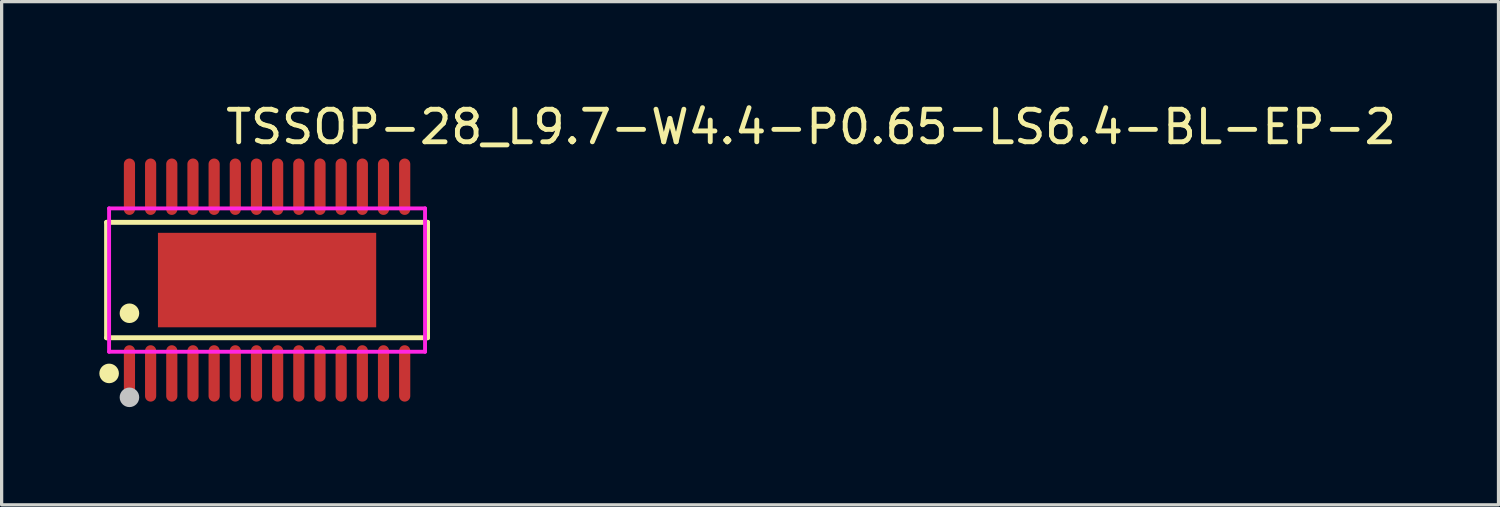
<source format=kicad_pcb>
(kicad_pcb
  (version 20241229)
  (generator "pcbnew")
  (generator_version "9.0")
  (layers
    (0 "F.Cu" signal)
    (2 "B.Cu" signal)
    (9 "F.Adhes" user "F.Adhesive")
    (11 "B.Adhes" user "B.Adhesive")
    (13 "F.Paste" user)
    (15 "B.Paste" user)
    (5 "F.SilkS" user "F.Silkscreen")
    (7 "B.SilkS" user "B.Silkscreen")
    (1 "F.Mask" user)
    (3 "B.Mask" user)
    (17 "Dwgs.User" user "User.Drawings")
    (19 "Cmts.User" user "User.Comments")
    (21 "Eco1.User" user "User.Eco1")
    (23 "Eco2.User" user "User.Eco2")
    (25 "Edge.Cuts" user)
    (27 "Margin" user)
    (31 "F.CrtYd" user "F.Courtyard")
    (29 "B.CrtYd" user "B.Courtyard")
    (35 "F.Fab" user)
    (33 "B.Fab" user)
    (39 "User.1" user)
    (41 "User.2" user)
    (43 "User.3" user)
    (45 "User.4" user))
  (footprint "TSSOP-28_L9.7-W4.4-P0.65-LS6.4-BL-EP-2"
    (layer "F.Cu")
    (at 5.149 5.548)
    (property "Reference" "TSSOP-28_L9.7-W4.4-P0.65-LS6.4-BL-EP-2" (at -1.35 -4.7 0) (layer "F.SilkS") (effects (font (size 1 1) (thickness 0.15)) (justify left)))
    (attr through_hole)
    (fp_line (start -4.926 -1.772) (end 4.926 -1.772) (stroke (width 0.152) (type solid)) (layer "F.SilkS"))
    (fp_line (start -4.926 1.771) (end -4.926 -1.772) (stroke (width 0.152) (type solid)) (layer "F.SilkS"))
    (fp_line (start 4.926 -1.772) (end 4.926 1.771) (stroke (width 0.152) (type solid)) (layer "F.SilkS"))
    (fp_line (start 4.926 1.771) (end -4.926 1.771) (stroke (width 0.152) (type solid)) (layer "F.SilkS"))
    (fp_circle (center -4.849 2.866) (end -4.699 2.866) (stroke (width 0.3) (type solid)) (fill no) (layer "F.SilkS"))
    (fp_circle (center -4.225 1.019) (end -4.075 1.019) (stroke (width 0.3) (type solid)) (fill no) (layer "F.SilkS"))
    (fp_circle (center -4.225 3.6) (end -4.075 3.6) (stroke (width 0.3) (type solid)) (fill no) (layer "Dwgs.User"))
    (fp_line (start -4.347 -2.61) (end -4.347 -2.19) (stroke (width 0.12) (type solid)) (layer "Eco2.User"))
    (fp_line (start -4.347 -2.19) (end -4.103 -2.19) (stroke (width 0.12) (type solid)) (layer "Eco2.User"))
    (fp_line (start -4.347 2.19) (end -4.103 2.19) (stroke (width 0.12) (type solid)) (layer "Eco2.User"))
    (fp_line (start -4.347 2.61) (end -4.347 2.19) (stroke (width 0.12) (type solid)) (layer "Eco2.User"))
    (fp_line (start -4.103 -2.61) (end -4.347 -2.61) (stroke (width 0.12) (type solid)) (layer "Eco2.User"))
    (fp_line (start -4.103 -2.19) (end -4.103 -2.61) (stroke (width 0.12) (type solid)) (layer "Eco2.User"))
    (fp_line (start -4.103 2.19) (end -4.103 2.61) (stroke (width 0.12) (type solid)) (layer "Eco2.User"))
    (fp_line (start -4.103 2.61) (end -4.347 2.61) (stroke (width 0.12) (type solid)) (layer "Eco2.User"))
    (fp_line (start -3.698 -2.61) (end -3.698 -2.19) (stroke (width 0.12) (type solid)) (layer "Eco2.User"))
    (fp_line (start -3.698 -2.19) (end -3.452 -2.19) (stroke (width 0.12) (type solid)) (layer "Eco2.User"))
    (fp_line (start -3.698 2.19) (end -3.452 2.19) (stroke (width 0.12) (type solid)) (layer "Eco2.User"))
    (fp_line (start -3.698 2.61) (end -3.698 2.19) (stroke (width 0.12) (type solid)) (layer "Eco2.User"))
    (fp_line (start -3.452 -2.61) (end -3.698 -2.61) (stroke (width 0.12) (type solid)) (layer "Eco2.User"))
    (fp_line (start -3.452 -2.19) (end -3.452 -2.61) (stroke (width 0.12) (type solid)) (layer "Eco2.User"))
    (fp_line (start -3.452 2.19) (end -3.452 2.61) (stroke (width 0.12) (type solid)) (layer "Eco2.User"))
    (fp_line (start -3.452 2.61) (end -3.698 2.61) (stroke (width 0.12) (type solid)) (layer "Eco2.User"))
    (fp_line (start -3.047 -2.61) (end -3.047 -2.19) (stroke (width 0.12) (type solid)) (layer "Eco2.User"))
    (fp_line (start -3.047 -2.19) (end -2.803 -2.19) (stroke (width 0.12) (type solid)) (layer "Eco2.User"))
    (fp_line (start -3.047 2.19) (end -2.803 2.19) (stroke (width 0.12) (type solid)) (layer "Eco2.User"))
    (fp_line (start -3.047 2.61) (end -3.047 2.19) (stroke (width 0.12) (type solid)) (layer "Eco2.User"))
    (fp_line (start -2.803 -2.61) (end -3.047 -2.61) (stroke (width 0.12) (type solid)) (layer "Eco2.User"))
    (fp_line (start -2.803 -2.19) (end -2.803 -2.61) (stroke (width 0.12) (type solid)) (layer "Eco2.User"))
    (fp_line (start -2.803 2.19) (end -2.803 2.61) (stroke (width 0.12) (type solid)) (layer "Eco2.User"))
    (fp_line (start -2.803 2.61) (end -3.047 2.61) (stroke (width 0.12) (type solid)) (layer "Eco2.User"))
    (fp_line (start -2.398 -2.61) (end -2.398 -2.19) (stroke (width 0.12) (type solid)) (layer "Eco2.User"))
    (fp_line (start -2.398 -2.19) (end -2.152 -2.19) (stroke (width 0.12) (type solid)) (layer "Eco2.User"))
    (fp_line (start -2.398 2.19) (end -2.152 2.19) (stroke (width 0.12) (type solid)) (layer "Eco2.User"))
    (fp_line (start -2.398 2.61) (end -2.398 2.19) (stroke (width 0.12) (type solid)) (layer "Eco2.User"))
    (fp_line (start -2.152 -2.61) (end -2.398 -2.61) (stroke (width 0.12) (type solid)) (layer "Eco2.User"))
    (fp_line (start -2.152 -2.19) (end -2.152 -2.61) (stroke (width 0.12) (type solid)) (layer "Eco2.User"))
    (fp_line (start -2.152 2.19) (end -2.152 2.61) (stroke (width 0.12) (type solid)) (layer "Eco2.User"))
    (fp_line (start -2.152 2.61) (end -2.398 2.61) (stroke (width 0.12) (type solid)) (layer "Eco2.User"))
    (fp_line (start -1.747 -2.61) (end -1.747 -2.19) (stroke (width 0.12) (type solid)) (layer "Eco2.User"))
    (fp_line (start -1.747 -2.19) (end -1.503 -2.19) (stroke (width 0.12) (type solid)) (layer "Eco2.User"))
    (fp_line (start -1.747 2.19) (end -1.503 2.19) (stroke (width 0.12) (type solid)) (layer "Eco2.User"))
    (fp_line (start -1.747 2.61) (end -1.747 2.19) (stroke (width 0.12) (type solid)) (layer "Eco2.User"))
    (fp_line (start -1.503 -2.61) (end -1.747 -2.61) (stroke (width 0.12) (type solid)) (layer "Eco2.User"))
    (fp_line (start -1.503 -2.19) (end -1.503 -2.61) (stroke (width 0.12) (type solid)) (layer "Eco2.User"))
    (fp_line (start -1.503 2.19) (end -1.503 2.61) (stroke (width 0.12) (type solid)) (layer "Eco2.User"))
    (fp_line (start -1.503 2.61) (end -1.747 2.61) (stroke (width 0.12) (type solid)) (layer "Eco2.User"))
    (fp_line (start -1.098 -2.61) (end -1.098 -2.19) (stroke (width 0.12) (type solid)) (layer "Eco2.User"))
    (fp_line (start -1.098 -2.19) (end -0.853 -2.19) (stroke (width 0.12) (type solid)) (layer "Eco2.User"))
    (fp_line (start -1.098 2.19) (end -0.853 2.19) (stroke (width 0.12) (type solid)) (layer "Eco2.User"))
    (fp_line (start -1.098 2.61) (end -1.098 2.19) (stroke (width 0.12) (type solid)) (layer "Eco2.User"))
    (fp_line (start -0.853 -2.61) (end -1.098 -2.61) (stroke (width 0.12) (type solid)) (layer "Eco2.User"))
    (fp_line (start -0.853 -2.19) (end -0.853 -2.61) (stroke (width 0.12) (type solid)) (layer "Eco2.User"))
    (fp_line (start -0.853 2.19) (end -0.853 2.61) (stroke (width 0.12) (type solid)) (layer "Eco2.User"))
    (fp_line (start -0.853 2.61) (end -1.098 2.61) (stroke (width 0.12) (type solid)) (layer "Eco2.User"))
    (fp_line (start -0.447 -2.61) (end -0.447 -2.19) (stroke (width 0.12) (type solid)) (layer "Eco2.User"))
    (fp_line (start -0.447 -2.19) (end -0.202 -2.19) (stroke (width 0.12) (type solid)) (layer "Eco2.User"))
    (fp_line (start -0.447 2.19) (end -0.202 2.19) (stroke (width 0.12) (type solid)) (layer "Eco2.User"))
    (fp_line (start -0.447 2.61) (end -0.447 2.19) (stroke (width 0.12) (type solid)) (layer "Eco2.User"))
    (fp_line (start -0.202 -2.61) (end -0.447 -2.61) (stroke (width 0.12) (type solid)) (layer "Eco2.User"))
    (fp_line (start -0.202 -2.19) (end -0.202 -2.61) (stroke (width 0.12) (type solid)) (layer "Eco2.User"))
    (fp_line (start -0.202 2.19) (end -0.202 2.61) (stroke (width 0.12) (type solid)) (layer "Eco2.User"))
    (fp_line (start -0.202 2.61) (end -0.447 2.61) (stroke (width 0.12) (type solid)) (layer "Eco2.User"))
    (fp_line (start 0.202 -2.61) (end 0.202 -2.19) (stroke (width 0.12) (type solid)) (layer "Eco2.User"))
    (fp_line (start 0.202 -2.19) (end 0.447 -2.19) (stroke (width 0.12) (type solid)) (layer "Eco2.User"))
    (fp_line (start 0.202 2.19) (end 0.447 2.19) (stroke (width 0.12) (type solid)) (layer "Eco2.User"))
    (fp_line (start 0.202 2.61) (end 0.202 2.19) (stroke (width 0.12) (type solid)) (layer "Eco2.User"))
    (fp_line (start 0.447 -2.61) (end 0.202 -2.61) (stroke (width 0.12) (type solid)) (layer "Eco2.User"))
    (fp_line (start 0.447 -2.19) (end 0.447 -2.61) (stroke (width 0.12) (type solid)) (layer "Eco2.User"))
    (fp_line (start 0.447 2.19) (end 0.447 2.61) (stroke (width 0.12) (type solid)) (layer "Eco2.User"))
    (fp_line (start 0.447 2.61) (end 0.202 2.61) (stroke (width 0.12) (type solid)) (layer "Eco2.User"))
    (fp_line (start 0.853 -2.61) (end 0.853 -2.19) (stroke (width 0.12) (type solid)) (layer "Eco2.User"))
    (fp_line (start 0.853 -2.19) (end 1.098 -2.19) (stroke (width 0.12) (type solid)) (layer "Eco2.User"))
    (fp_line (start 0.853 2.19) (end 1.098 2.19) (stroke (width 0.12) (type solid)) (layer "Eco2.User"))
    (fp_line (start 0.853 2.61) (end 0.853 2.19) (stroke (width 0.12) (type solid)) (layer "Eco2.User"))
    (fp_line (start 1.098 -2.61) (end 0.853 -2.61) (stroke (width 0.12) (type solid)) (layer "Eco2.User"))
    (fp_line (start 1.098 -2.19) (end 1.098 -2.61) (stroke (width 0.12) (type solid)) (layer "Eco2.User"))
    (fp_line (start 1.098 2.19) (end 1.098 2.61) (stroke (width 0.12) (type solid)) (layer "Eco2.User"))
    (fp_line (start 1.098 2.61) (end 0.853 2.61) (stroke (width 0.12) (type solid)) (layer "Eco2.User"))
    (fp_line (start 1.503 -2.61) (end 1.503 -2.19) (stroke (width 0.12) (type solid)) (layer "Eco2.User"))
    (fp_line (start 1.503 -2.19) (end 1.747 -2.19) (stroke (width 0.12) (type solid)) (layer "Eco2.User"))
    (fp_line (start 1.503 2.19) (end 1.747 2.19) (stroke (width 0.12) (type solid)) (layer "Eco2.User"))
    (fp_line (start 1.503 2.61) (end 1.503 2.19) (stroke (width 0.12) (type solid)) (layer "Eco2.User"))
    (fp_line (start 1.747 -2.61) (end 1.503 -2.61) (stroke (width 0.12) (type solid)) (layer "Eco2.User"))
    (fp_line (start 1.747 -2.19) (end 1.747 -2.61) (stroke (width 0.12) (type solid)) (layer "Eco2.User"))
    (fp_line (start 1.747 2.19) (end 1.747 2.61) (stroke (width 0.12) (type solid)) (layer "Eco2.User"))
    (fp_line (start 1.747 2.61) (end 1.503 2.61) (stroke (width 0.12) (type solid)) (layer "Eco2.User"))
    (fp_line (start 2.152 -2.61) (end 2.152 -2.19) (stroke (width 0.12) (type solid)) (layer "Eco2.User"))
    (fp_line (start 2.152 -2.19) (end 2.398 -2.19) (stroke (width 0.12) (type solid)) (layer "Eco2.User"))
    (fp_line (start 2.152 2.19) (end 2.398 2.19) (stroke (width 0.12) (type solid)) (layer "Eco2.User"))
    (fp_line (start 2.152 2.61) (end 2.152 2.19) (stroke (width 0.12) (type solid)) (layer "Eco2.User"))
    (fp_line (start 2.398 -2.61) (end 2.152 -2.61) (stroke (width 0.12) (type solid)) (layer "Eco2.User"))
    (fp_line (start 2.398 -2.19) (end 2.398 -2.61) (stroke (width 0.12) (type solid)) (layer "Eco2.User"))
    (fp_line (start 2.398 2.19) (end 2.398 2.61) (stroke (width 0.12) (type solid)) (layer "Eco2.User"))
    (fp_line (start 2.398 2.61) (end 2.152 2.61) (stroke (width 0.12) (type solid)) (layer "Eco2.User"))
    (fp_line (start 2.803 -2.61) (end 2.803 -2.19) (stroke (width 0.12) (type solid)) (layer "Eco2.User"))
    (fp_line (start 2.803 -2.19) (end 3.047 -2.19) (stroke (width 0.12) (type solid)) (layer "Eco2.User"))
    (fp_line (start 2.803 2.19) (end 3.047 2.19) (stroke (width 0.12) (type solid)) (layer "Eco2.User"))
    (fp_line (start 2.803 2.61) (end 2.803 2.19) (stroke (width 0.12) (type solid)) (layer "Eco2.User"))
    (fp_line (start 3.047 -2.61) (end 2.803 -2.61) (stroke (width 0.12) (type solid)) (layer "Eco2.User"))
    (fp_line (start 3.047 -2.19) (end 3.047 -2.61) (stroke (width 0.12) (type solid)) (layer "Eco2.User"))
    (fp_line (start 3.047 2.19) (end 3.047 2.61) (stroke (width 0.12) (type solid)) (layer "Eco2.User"))
    (fp_line (start 3.047 2.61) (end 2.803 2.61) (stroke (width 0.12) (type solid)) (layer "Eco2.User"))
    (fp_line (start 3.452 -2.61) (end 3.452 -2.19) (stroke (width 0.12) (type solid)) (layer "Eco2.User"))
    (fp_line (start 3.452 -2.19) (end 3.698 -2.19) (stroke (width 0.12) (type solid)) (layer "Eco2.User"))
    (fp_line (start 3.452 2.19) (end 3.698 2.19) (stroke (width 0.12) (type solid)) (layer "Eco2.User"))
    (fp_line (start 3.452 2.61) (end 3.452 2.19) (stroke (width 0.12) (type solid)) (layer "Eco2.User"))
    (fp_line (start 3.698 -2.61) (end 3.452 -2.61) (stroke (width 0.12) (type solid)) (layer "Eco2.User"))
    (fp_line (start 3.698 -2.19) (end 3.698 -2.61) (stroke (width 0.12) (type solid)) (layer "Eco2.User"))
    (fp_line (start 3.698 2.19) (end 3.698 2.61) (stroke (width 0.12) (type solid)) (layer "Eco2.User"))
    (fp_line (start 3.698 2.61) (end 3.452 2.61) (stroke (width 0.12) (type solid)) (layer "Eco2.User"))
    (fp_line (start 4.103 -2.61) (end 4.103 -2.19) (stroke (width 0.12) (type solid)) (layer "Eco2.User"))
    (fp_line (start 4.103 -2.19) (end 4.347 -2.19) (stroke (width 0.12) (type solid)) (layer "Eco2.User"))
    (fp_line (start 4.103 2.19) (end 4.347 2.19) (stroke (width 0.12) (type solid)) (layer "Eco2.User"))
    (fp_line (start 4.103 2.61) (end 4.103 2.19) (stroke (width 0.12) (type solid)) (layer "Eco2.User"))
    (fp_line (start 4.347 -2.61) (end 4.103 -2.61) (stroke (width 0.12) (type solid)) (layer "Eco2.User"))
    (fp_line (start 4.347 -2.19) (end 4.347 -2.61) (stroke (width 0.12) (type solid)) (layer "Eco2.User"))
    (fp_line (start 4.347 2.19) (end 4.347 2.61) (stroke (width 0.12) (type solid)) (layer "Eco2.User"))
    (fp_line (start 4.347 2.61) (end 4.103 2.61) (stroke (width 0.12) (type solid)) (layer "Eco2.User"))
    (fp_circle (center -4.85 3.2) (end -4.82 3.2) (stroke (width 0.06) (type solid)) (fill no) (layer "Eco2.User"))
    (fp_poly (pts (xy -4.347 -3.2) (xy -4.347 -2.6) (xy -4.103 -2.6) (xy -4.103 -3.2)) (stroke (width 0.12) (type solid)) (fill no) (layer "Eco2.User"))
    (fp_poly (pts (xy -4.347 3.2) (xy -4.347 2.6) (xy -4.103 2.6) (xy -4.103 3.2)) (stroke (width 0.12) (type solid)) (fill no) (layer "Eco2.User"))
    (fp_poly (pts (xy -3.698 -3.2) (xy -3.698 -2.6) (xy -3.452 -2.6) (xy -3.452 -3.2)) (stroke (width 0.12) (type solid)) (fill no) (layer "Eco2.User"))
    (fp_poly (pts (xy -3.698 3.2) (xy -3.698 2.6) (xy -3.452 2.6) (xy -3.452 3.2)) (stroke (width 0.12) (type solid)) (fill no) (layer "Eco2.User"))
    (fp_poly (pts (xy -3.35 -1.45) (xy 3.35 -1.45) (xy 3.35 1.45) (xy -3.35 1.45)) (stroke (width 0.12) (type solid)) (fill no) (layer "Eco2.User"))
    (fp_poly (pts (xy -3.047 -3.2) (xy -3.047 -2.6) (xy -2.803 -2.6) (xy -2.803 -3.2)) (stroke (width 0.12) (type solid)) (fill no) (layer "Eco2.User"))
    (fp_poly (pts (xy -3.047 3.2) (xy -3.047 2.6) (xy -2.803 2.6) (xy -2.803 3.2)) (stroke (width 0.12) (type solid)) (fill no) (layer "Eco2.User"))
    (fp_poly (pts (xy -2.398 -3.2) (xy -2.398 -2.6) (xy -2.152 -2.6) (xy -2.152 -3.2)) (stroke (width 0.12) (type solid)) (fill no) (layer "Eco2.User"))
    (fp_poly (pts (xy -2.398 3.2) (xy -2.398 2.6) (xy -2.152 2.6) (xy -2.152 3.2)) (stroke (width 0.12) (type solid)) (fill no) (layer "Eco2.User"))
    (fp_poly (pts (xy -1.747 -3.2) (xy -1.747 -2.6) (xy -1.503 -2.6) (xy -1.503 -3.2)) (stroke (width 0.12) (type solid)) (fill no) (layer "Eco2.User"))
    (fp_poly (pts (xy -1.747 3.2) (xy -1.747 2.6) (xy -1.503 2.6) (xy -1.503 3.2)) (stroke (width 0.12) (type solid)) (fill no) (layer "Eco2.User"))
    (fp_poly (pts (xy -1.098 -3.2) (xy -1.098 -2.6) (xy -0.853 -2.6) (xy -0.853 -3.2)) (stroke (width 0.12) (type solid)) (fill no) (layer "Eco2.User"))
    (fp_poly (pts (xy -1.098 3.2) (xy -1.098 2.6) (xy -0.853 2.6) (xy -0.853 3.2)) (stroke (width 0.12) (type solid)) (fill no) (layer "Eco2.User"))
    (fp_poly (pts (xy -0.447 -3.2) (xy -0.447 -2.6) (xy -0.202 -2.6) (xy -0.202 -3.2)) (stroke (width 0.12) (type solid)) (fill no) (layer "Eco2.User"))
    (fp_poly (pts (xy -0.447 3.2) (xy -0.447 2.6) (xy -0.202 2.6) (xy -0.202 3.2)) (stroke (width 0.12) (type solid)) (fill no) (layer "Eco2.User"))
    (fp_poly (pts (xy 0.202 -3.2) (xy 0.202 -2.6) (xy 0.447 -2.6) (xy 0.447 -3.2)) (stroke (width 0.12) (type solid)) (fill no) (layer "Eco2.User"))
    (fp_poly (pts (xy 0.202 3.2) (xy 0.202 2.6) (xy 0.447 2.6) (xy 0.447 3.2)) (stroke (width 0.12) (type solid)) (fill no) (layer "Eco2.User"))
    (fp_poly (pts (xy 0.853 -3.2) (xy 0.853 -2.6) (xy 1.098 -2.6) (xy 1.098 -3.2)) (stroke (width 0.12) (type solid)) (fill no) (layer "Eco2.User"))
    (fp_poly (pts (xy 0.853 3.2) (xy 0.853 2.6) (xy 1.098 2.6) (xy 1.098 3.2)) (stroke (width 0.12) (type solid)) (fill no) (layer "Eco2.User"))
    (fp_poly (pts (xy 1.503 -3.2) (xy 1.503 -2.6) (xy 1.747 -2.6) (xy 1.747 -3.2)) (stroke (width 0.12) (type solid)) (fill no) (layer "Eco2.User"))
    (fp_poly (pts (xy 1.503 3.2) (xy 1.503 2.6) (xy 1.747 2.6) (xy 1.747 3.2)) (stroke (width 0.12) (type solid)) (fill no) (layer "Eco2.User"))
    (fp_poly (pts (xy 2.152 -3.2) (xy 2.152 -2.6) (xy 2.398 -2.6) (xy 2.398 -3.2)) (stroke (width 0.12) (type solid)) (fill no) (layer "Eco2.User"))
    (fp_poly (pts (xy 2.152 3.2) (xy 2.152 2.6) (xy 2.398 2.6) (xy 2.398 3.2)) (stroke (width 0.12) (type solid)) (fill no) (layer "Eco2.User"))
    (fp_poly (pts (xy 2.803 -3.2) (xy 2.803 -2.6) (xy 3.047 -2.6) (xy 3.047 -3.2)) (stroke (width 0.12) (type solid)) (fill no) (layer "Eco2.User"))
    (fp_poly (pts (xy 2.803 3.2) (xy 2.803 2.6) (xy 3.047 2.6) (xy 3.047 3.2)) (stroke (width 0.12) (type solid)) (fill no) (layer "Eco2.User"))
    (fp_poly (pts (xy 3.452 -3.2) (xy 3.452 -2.6) (xy 3.698 -2.6) (xy 3.698 -3.2)) (stroke (width 0.12) (type solid)) (fill no) (layer "Eco2.User"))
    (fp_poly (pts (xy 3.452 3.2) (xy 3.452 2.6) (xy 3.698 2.6) (xy 3.698 3.2)) (stroke (width 0.12) (type solid)) (fill no) (layer "Eco2.User"))
    (fp_poly (pts (xy 4.103 -3.2) (xy 4.103 -2.6) (xy 4.347 -2.6) (xy 4.347 -3.2)) (stroke (width 0.12) (type solid)) (fill no) (layer "Eco2.User"))
    (fp_poly (pts (xy 4.103 3.2) (xy 4.103 2.6) (xy 4.347 2.6) (xy 4.347 3.2)) (stroke (width 0.12) (type solid)) (fill no) (layer "Eco2.User"))
    (fp_line (start -4.85 -2.2) (end 4.85 -2.2) (stroke (width 0.12) (type solid)) (layer "F.CrtYd"))
    (fp_line (start -4.85 2.2) (end -4.85 -2.2) (stroke (width 0.12) (type solid)) (layer "F.CrtYd"))
    (fp_line (start 4.85 -2.2) (end 4.85 2.2) (stroke (width 0.12) (type solid)) (layer "F.CrtYd"))
    (fp_line (start 4.85 2.2) (end -4.85 2.2) (stroke (width 0.12) (type solid)) (layer "F.CrtYd"))
    (pad "1" smd oval (at -4.225 2.866) (size 0.343 1.731) (layers "F.Cu" "F.Mask" "F.Paste"))
    (pad "2" smd oval (at -3.575 2.866) (size 0.343 1.731) (layers "F.Cu" "F.Mask" "F.Paste"))
    (pad "3" smd oval (at -2.925 2.866) (size 0.343 1.731) (layers "F.Cu" "F.Mask" "F.Paste"))
    (pad "4" smd oval (at -2.275 2.866) (size 0.343 1.731) (layers "F.Cu" "F.Mask" "F.Paste"))
    (pad "5" smd oval (at -1.625 2.866) (size 0.343 1.731) (layers "F.Cu" "F.Mask" "F.Paste"))
    (pad "6" smd oval (at -0.975 2.866) (size 0.343 1.731) (layers "F.Cu" "F.Mask" "F.Paste"))
    (pad "7" smd oval (at -0.325 2.866) (size 0.343 1.731) (layers "F.Cu" "F.Mask" "F.Paste"))
    (pad "8" smd oval (at 0.325 2.866) (size 0.343 1.731) (layers "F.Cu" "F.Mask" "F.Paste"))
    (pad "9" smd oval (at 0.975 2.866) (size 0.343 1.731) (layers "F.Cu" "F.Mask" "F.Paste"))
    (pad "10" smd oval (at 1.625 2.866) (size 0.343 1.731) (layers "F.Cu" "F.Mask" "F.Paste"))
    (pad "11" smd oval (at 2.275 2.866) (size 0.343 1.731) (layers "F.Cu" "F.Mask" "F.Paste"))
    (pad "12" smd oval (at 2.925 2.866) (size 0.343 1.731) (layers "F.Cu" "F.Mask" "F.Paste"))
    (pad "13" smd oval (at 3.575 2.866) (size 0.343 1.731) (layers "F.Cu" "F.Mask" "F.Paste"))
    (pad "14" smd oval (at 4.225 2.866) (size 0.343 1.731) (layers "F.Cu" "F.Mask" "F.Paste"))
    (pad "15" smd oval (at 4.225 -2.866) (size 0.343 1.731) (layers "F.Cu" "F.Mask" "F.Paste"))
    (pad "16" smd oval (at 3.575 -2.866) (size 0.343 1.731) (layers "F.Cu" "F.Mask" "F.Paste"))
    (pad "17" smd oval (at 2.925 -2.866) (size 0.343 1.731) (layers "F.Cu" "F.Mask" "F.Paste"))
    (pad "18" smd oval (at 2.275 -2.866) (size 0.343 1.731) (layers "F.Cu" "F.Mask" "F.Paste"))
    (pad "19" smd oval (at 1.625 -2.866) (size 0.343 1.731) (layers "F.Cu" "F.Mask" "F.Paste"))
    (pad "20" smd oval (at 0.975 -2.866) (size 0.343 1.731) (layers "F.Cu" "F.Mask" "F.Paste"))
    (pad "21" smd oval (at 0.325 -2.866) (size 0.343 1.731) (layers "F.Cu" "F.Mask" "F.Paste"))
    (pad "22" smd oval (at -0.325 -2.866) (size 0.343 1.731) (layers "F.Cu" "F.Mask" "F.Paste"))
    (pad "23" smd oval (at -0.975 -2.866) (size 0.343 1.731) (layers "F.Cu" "F.Mask" "F.Paste"))
    (pad "24" smd oval (at -1.625 -2.866) (size 0.343 1.731) (layers "F.Cu" "F.Mask" "F.Paste"))
    (pad "25" smd oval (at -2.275 -2.866) (size 0.343 1.731) (layers "F.Cu" "F.Mask" "F.Paste"))
    (pad "26" smd oval (at -2.925 -2.866) (size 0.343 1.731) (layers "F.Cu" "F.Mask" "F.Paste"))
    (pad "27" smd oval (at -3.575 -2.866) (size 0.343 1.731) (layers "F.Cu" "F.Mask" "F.Paste"))
    (pad "28" smd oval (at -4.225 -2.866) (size 0.343 1.731) (layers "F.Cu" "F.Mask" "F.Paste"))
    (pad "29" smd rect (at 0 0) (size 6.7 2.9) (layers "F.Cu" "F.Mask" "F.Paste")))
  (gr_rect
    (start -3 -3)
    (end 42.954 12.448)
    (stroke (width 0.1) (type default))
    (fill no)
    (layer "Edge.Cuts")))
</source>
